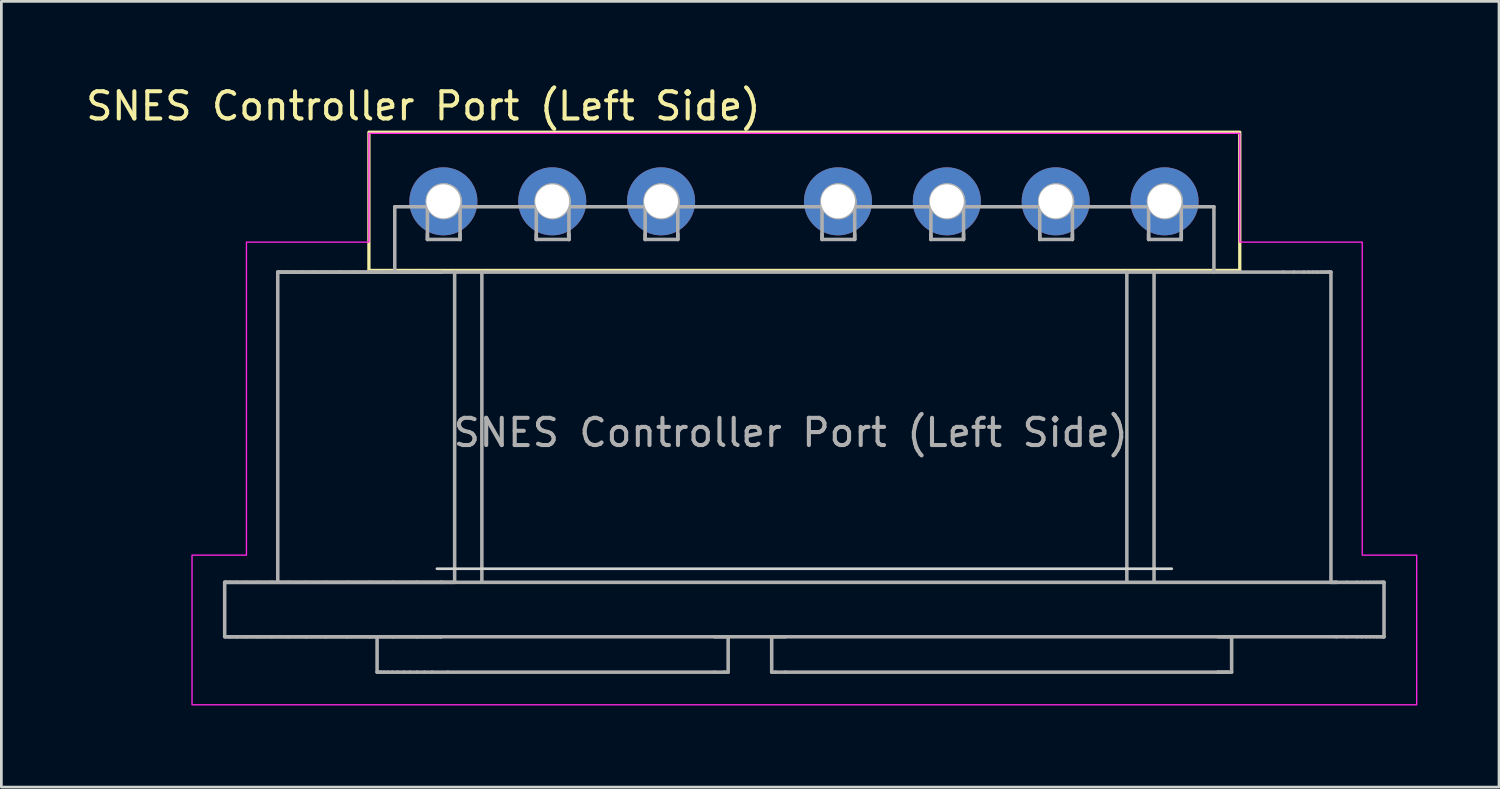
<source format=kicad_pcb>
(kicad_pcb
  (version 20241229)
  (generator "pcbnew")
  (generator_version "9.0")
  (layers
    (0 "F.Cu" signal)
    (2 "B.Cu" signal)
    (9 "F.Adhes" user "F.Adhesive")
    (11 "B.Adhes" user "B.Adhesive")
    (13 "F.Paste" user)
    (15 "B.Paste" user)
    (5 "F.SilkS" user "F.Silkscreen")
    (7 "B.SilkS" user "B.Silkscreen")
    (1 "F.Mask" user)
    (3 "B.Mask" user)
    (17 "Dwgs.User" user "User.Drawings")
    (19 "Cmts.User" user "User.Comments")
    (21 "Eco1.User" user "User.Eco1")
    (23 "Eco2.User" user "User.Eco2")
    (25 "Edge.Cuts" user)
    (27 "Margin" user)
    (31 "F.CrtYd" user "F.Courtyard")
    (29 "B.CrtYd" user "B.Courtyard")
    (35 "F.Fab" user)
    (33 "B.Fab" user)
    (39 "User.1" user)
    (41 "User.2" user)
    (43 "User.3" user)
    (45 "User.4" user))
  (footprint "SNES Controller Port (Left Side)"
    (layer "F.Cu")
    (at 24.506 4.348)
    (property "Reference" "SNES Controller Port (Left Side)" (at -12 -3.5 0) (unlocked yes) (layer "F.SilkS") (effects (font (size 1 1) (thickness 0.15))))
    (attr through_hole exclude_from_pos_files)
    (fp_rect (start 18 -2.54) (end -14 2.54) (stroke (width 0.12) (type default)) (fill no) (layer "F.SilkS"))
    (fp_line (start 15.5 13.5) (end -11.5 13.5) (stroke (width 0.1) (type default)) (layer "Edge.Cuts"))
    (fp_poly (pts (xy -14 -2.5) (xy -14 1.5) (xy -18.5 1.5) (xy -18.5 13) (xy -20.5 13) (xy -20.5 18.5) (xy 24.5 18.5) (xy 24.5 13) (xy 22.5 13) (xy 22.5 1.5) (xy 18 1.5) (xy 18 -2.5)) (stroke (width 0.05) (type solid)) (fill no) (layer "F.CrtYd"))
    (fp_line (start -19.3 16) (end -19.3 14) (stroke (width 0.13) (type default)) (layer "F.Fab"))
    (fp_line (start -19.25 14) (end -19.3 14) (stroke (width 0.13) (type default)) (layer "F.Fab"))
    (fp_line (start -17.35 14) (end -17.35 2.6) (stroke (width 0.13) (type default)) (layer "F.Fab"))
    (fp_line (start -17.312 2.6) (end -17.35 2.6) (stroke (width 0.13) (type default)) (layer "F.Fab"))
    (fp_line (start -13.7 17.3) (end -13.7 16) (stroke (width 0.13) (type default)) (layer "F.Fab"))
    (fp_line (start -13.05 0.2) (end -13.05 2.6) (stroke (width 0.13) (type default)) (layer "F.Fab"))
    (fp_line (start -13.05 2.6) (end -13.332 2.6) (stroke (width 0.13) (type default)) (layer "F.Fab"))
    (fp_line (start -11.85 0.2) (end -13.05 0.2) (stroke (width 0.13) (type default)) (layer "F.Fab"))
    (fp_line (start -11.85 0.2) (end -11.85 1.4) (stroke (width 0.13) (type default)) (layer "F.Fab"))
    (fp_line (start -11.85 1.4) (end -11.85 1.2) (stroke (width 0.13) (type default)) (layer "F.Fab"))
    (fp_line (start -11.35 2.6) (end -10.85 2.6) (stroke (width 0.13) (type default)) (layer "F.Fab"))
    (fp_line (start -11.35 14) (end -10.85 14) (stroke (width 0.13) (type default)) (layer "F.Fab"))
    (fp_line (start -11.35 14) (end 21.55 14) (stroke (width 0.13) (type default)) (layer "F.Fab"))
    (fp_line (start -11.35 16) (end 21.55 16) (stroke (width 0.13) (type default)) (layer "F.Fab"))
    (fp_line (start -11.1 17.3) (end -1.3 17.3) (stroke (width 0.13) (type default)) (layer "F.Fab"))
    (fp_line (start -10.85 2.6) (end -10.85 14) (stroke (width 0.13) (type default)) (layer "F.Fab"))
    (fp_line (start -10.65 0.2) (end -10.65 0) (stroke (width 0.13) (type default)) (layer "F.Fab"))
    (fp_line (start -10.65 0.2) (end -10.65 1.4) (stroke (width 0.13) (type default)) (layer "F.Fab"))
    (fp_line (start -10.65 1.4) (end -11.85 1.4) (stroke (width 0.13) (type default)) (layer "F.Fab"))
    (fp_line (start -10.65 1.4) (end -10.65 1.2) (stroke (width 0.13) (type default)) (layer "F.Fab"))
    (fp_line (start -9.85 2.6) (end -10.85 2.6) (stroke (width 0.13) (type default)) (layer "F.Fab"))
    (fp_line (start -9.85 2.6) (end -9.85 14) (stroke (width 0.13) (type default)) (layer "F.Fab"))
    (fp_line (start -9.85 2.6) (end 13.85 2.6) (stroke (width 0.13) (type default)) (layer "F.Fab"))
    (fp_line (start -7.85 0.2) (end -10.65 0.2) (stroke (width 0.13) (type default)) (layer "F.Fab"))
    (fp_line (start -7.85 0.2) (end -7.85 1.4) (stroke (width 0.13) (type default)) (layer "F.Fab"))
    (fp_line (start -7.85 1.4) (end -7.85 1.2) (stroke (width 0.13) (type default)) (layer "F.Fab"))
    (fp_line (start -6.65 0.2) (end -6.65 0) (stroke (width 0.13) (type default)) (layer "F.Fab"))
    (fp_line (start -6.65 0.2) (end -6.65 1.4) (stroke (width 0.13) (type default)) (layer "F.Fab"))
    (fp_line (start -6.65 1.4) (end -7.85 1.4) (stroke (width 0.13) (type default)) (layer "F.Fab"))
    (fp_line (start -6.65 1.4) (end -6.665 1.2) (stroke (width 0.13) (type default)) (layer "F.Fab"))
    (fp_line (start -6.65 1.4) (end -6.65 1.2) (stroke (width 0.13) (type default)) (layer "F.Fab"))
    (fp_line (start -3.85 0.2) (end -6.65 0.2) (stroke (width 0.13) (type default)) (layer "F.Fab"))
    (fp_line (start -3.85 0.2) (end -3.85 1.4) (stroke (width 0.13) (type default)) (layer "F.Fab"))
    (fp_line (start -3.85 1.4) (end -3.85 1.2) (stroke (width 0.13) (type default)) (layer "F.Fab"))
    (fp_line (start -2.65 0.2) (end -2.65 0) (stroke (width 0.13) (type default)) (layer "F.Fab"))
    (fp_line (start -2.65 0.2) (end -2.65 1.4) (stroke (width 0.13) (type default)) (layer "F.Fab"))
    (fp_line (start -2.65 1.4) (end -3.85 1.4) (stroke (width 0.13) (type default)) (layer "F.Fab"))
    (fp_line (start -2.65 1.4) (end -2.65 1.2) (stroke (width 0.13) (type default)) (layer "F.Fab"))
    (fp_line (start -0.8 16) (end -1.3 16) (stroke (width 0.13) (type default)) (layer "F.Fab"))
    (fp_line (start -0.8 16) (end -0.8 17.3) (stroke (width 0.13) (type default)) (layer "F.Fab"))
    (fp_line (start 0.8 16) (end 0.8 17.3) (stroke (width 0.13) (type default)) (layer "F.Fab"))
    (fp_line (start 0.8 16) (end 1.3 16) (stroke (width 0.13) (type default)) (layer "F.Fab"))
    (fp_line (start 1.3 17.3) (end 17.2 17.3) (stroke (width 0.13) (type default)) (layer "F.Fab"))
    (fp_line (start 2.65 0.2) (end -2.65 0.2) (stroke (width 0.13) (type default)) (layer "F.Fab"))
    (fp_line (start 2.65 0.2) (end 2.65 1.4) (stroke (width 0.13) (type default)) (layer "F.Fab"))
    (fp_line (start 2.65 1.4) (end 2.65 1.2) (stroke (width 0.13) (type default)) (layer "F.Fab"))
    (fp_line (start 3.85 0.2) (end 3.85 0) (stroke (width 0.13) (type default)) (layer "F.Fab"))
    (fp_line (start 3.85 0.2) (end 3.85 1.4) (stroke (width 0.13) (type default)) (layer "F.Fab"))
    (fp_line (start 3.85 1.4) (end 2.65 1.4) (stroke (width 0.13) (type default)) (layer "F.Fab"))
    (fp_line (start 3.85 1.4) (end 3.85 1.2) (stroke (width 0.13) (type default)) (layer "F.Fab"))
    (fp_line (start 6.65 0.2) (end 3.85 0.2) (stroke (width 0.13) (type default)) (layer "F.Fab"))
    (fp_line (start 6.65 0.2) (end 6.65 1.4) (stroke (width 0.13) (type default)) (layer "F.Fab"))
    (fp_line (start 6.65 1.4) (end 6.65 1.2) (stroke (width 0.13) (type default)) (layer "F.Fab"))
    (fp_line (start 7.85 0.2) (end 7.85 0) (stroke (width 0.13) (type default)) (layer "F.Fab"))
    (fp_line (start 7.85 0.2) (end 7.85 1.4) (stroke (width 0.13) (type default)) (layer "F.Fab"))
    (fp_line (start 7.85 1.4) (end 6.65 1.4) (stroke (width 0.13) (type default)) (layer "F.Fab"))
    (fp_line (start 7.85 1.4) (end 7.85 1.2) (stroke (width 0.13) (type default)) (layer "F.Fab"))
    (fp_line (start 10.65 0.2) (end 7.85 0.2) (stroke (width 0.13) (type default)) (layer "F.Fab"))
    (fp_line (start 10.65 0.2) (end 10.65 1.4) (stroke (width 0.13) (type default)) (layer "F.Fab"))
    (fp_line (start 10.65 1.4) (end 10.65 1.2) (stroke (width 0.13) (type default)) (layer "F.Fab"))
    (fp_line (start 11.85 0) (end 11.85 1.4) (stroke (width 0.13) (type default)) (layer "F.Fab"))
    (fp_line (start 11.85 1.4) (end 10.65 1.4) (stroke (width 0.13) (type default)) (layer "F.Fab"))
    (fp_line (start 11.85 1.4) (end 11.85 1.2) (stroke (width 0.13) (type default)) (layer "F.Fab"))
    (fp_line (start 13.85 2.6) (end 13.85 14) (stroke (width 0.13) (type default)) (layer "F.Fab"))
    (fp_line (start 14.65 0.2) (end 11.85 0.2) (stroke (width 0.13) (type default)) (layer "F.Fab"))
    (fp_line (start 14.65 0.2) (end 14.65 1.4) (stroke (width 0.13) (type default)) (layer "F.Fab"))
    (fp_line (start 14.65 1.4) (end 14.65 1.2) (stroke (width 0.13) (type default)) (layer "F.Fab"))
    (fp_line (start 14.85 2.6) (end 13.85 2.6) (stroke (width 0.13) (type default)) (layer "F.Fab"))
    (fp_line (start 14.85 2.6) (end 14.85 14) (stroke (width 0.13) (type default)) (layer "F.Fab"))
    (fp_line (start 14.85 2.6) (end 19.6 2.6) (stroke (width 0.13) (type default)) (layer "F.Fab"))
    (fp_line (start 15.85 0.2) (end 15.85 0) (stroke (width 0.13) (type default)) (layer "F.Fab"))
    (fp_line (start 15.85 0.2) (end 15.85 1.4) (stroke (width 0.13) (type default)) (layer "F.Fab"))
    (fp_line (start 15.85 1.4) (end 14.65 1.4) (stroke (width 0.13) (type default)) (layer "F.Fab"))
    (fp_line (start 15.85 1.4) (end 15.85 1.2) (stroke (width 0.13) (type default)) (layer "F.Fab"))
    (fp_line (start 17.05 0.2) (end 15.85 0.2) (stroke (width 0.13) (type default)) (layer "F.Fab"))
    (fp_line (start 17.05 0.2) (end 17.05 2.6) (stroke (width 0.13) (type default)) (layer "F.Fab"))
    (fp_line (start 17.2 17.3) (end 17.554 17.3) (stroke (width 0.13) (type default)) (layer "F.Fab"))
    (fp_line (start 17.7 16) (end 17.2 16) (stroke (width 0.13) (type default)) (layer "F.Fab"))
    (fp_line (start 17.7 16) (end 17.7 17.3) (stroke (width 0.13) (type default)) (layer "F.Fab"))
    (fp_line (start 21.35 2.6) (end 21.35 14) (stroke (width 0.13) (type default)) (layer "F.Fab"))
    (fp_line (start 21.35 14) (end 21.55 14) (stroke (width 0.13) (type default)) (layer "F.Fab"))
    (fp_line (start 23.3 14) (end 23.3 16) (stroke (width 0.13) (type default)) (layer "F.Fab"))
    (fp_arc (start -11.85 0) (mid -11.25 -0.6) (end -10.65 0) (stroke (width 0.13) (type default)) (layer "F.Fab"))
    (fp_arc (start -7.85 0) (mid -7.25 -0.6) (end -6.65 0) (stroke (width 0.13) (type default)) (layer "F.Fab"))
    (fp_arc (start -3.85 0) (mid -3.25 -0.6) (end -2.65 0) (stroke (width 0.13) (type default)) (layer "F.Fab"))
    (fp_arc (start 2.65 0) (mid 3.25 -0.6) (end 3.85 0) (stroke (width 0.13) (type default)) (layer "F.Fab"))
    (fp_arc (start 6.65 0) (mid 7.25 -0.6) (end 7.85 0) (stroke (width 0.13) (type default)) (layer "F.Fab"))
    (fp_arc (start 10.65 0) (mid 11.25 -0.6) (end 11.85 0) (stroke (width 0.13) (type default)) (layer "F.Fab"))
    (fp_arc (start 14.65 0) (mid 15.25 -0.6) (end 15.85 0) (stroke (width 0.13) (type default)) (layer "F.Fab"))
    (fp_circle (center -11.25 0) (end -10.65 0) (stroke (width 0.13) (type default)) (fill no) (layer "F.Fab"))
    (fp_circle (center -7.25 0) (end -6.65 0) (stroke (width 0.13) (type default)) (fill no) (layer "F.Fab"))
    (fp_circle (center -3.25 0) (end -2.65 0) (stroke (width 0.13) (type default)) (fill no) (layer "F.Fab"))
    (fp_circle (center 3.25 0) (end 3.85 0) (stroke (width 0.13) (type default)) (fill no) (layer "F.Fab"))
    (fp_circle (center 7.25 0) (end 7.85 0) (stroke (width 0.13) (type default)) (fill no) (layer "F.Fab"))
    (fp_circle (center 11.25 0) (end 11.85 0) (stroke (width 0.13) (type default)) (fill no) (layer "F.Fab"))
    (fp_circle (center 15.25 0) (end 15.85 0) (stroke (width 0.13) (type default)) (fill no) (layer "F.Fab"))
    (fp_curve (pts (xy -19.3 14) (xy -19.25 14) (xy -19.25 14) (xy -19.101 14)) (stroke (width 0.13) (type default)) (layer "F.Fab"))
    (fp_curve (pts (xy -19.3 16) (xy -19.25 16) (xy -19.25 16) (xy -19.101 16)) (stroke (width 0.13) (type default)) (layer "F.Fab"))
    (fp_curve (pts (xy -19.25 14) (xy -19.101 14) (xy -19.101 14) (xy -18.854 14)) (stroke (width 0.13) (type default)) (layer "F.Fab"))
    (fp_curve (pts (xy -19.25 16) (xy -19.101 16) (xy -19.101 16) (xy -18.854 16)) (stroke (width 0.13) (type default)) (layer "F.Fab"))
    (fp_curve (pts (xy -19.101 14) (xy -18.854 14) (xy -18.854 14) (xy -18.513 14)) (stroke (width 0.13) (type default)) (layer "F.Fab"))
    (fp_curve (pts (xy -19.101 16) (xy -18.854 16) (xy -18.854 16) (xy -18.513 16)) (stroke (width 0.13) (type default)) (layer "F.Fab"))
    (fp_curve (pts (xy -18.854 14) (xy -18.513 14) (xy -18.513 14) (xy -18.081 14)) (stroke (width 0.13) (type default)) (layer "F.Fab"))
    (fp_curve (pts (xy -18.854 16) (xy -18.513 16) (xy -18.513 16) (xy -18.081 16)) (stroke (width 0.13) (type default)) (layer "F.Fab"))
    (fp_curve (pts (xy -18.513 14) (xy -18.081 14) (xy -18.081 14) (xy -17.566 14)) (stroke (width 0.13) (type default)) (layer "F.Fab"))
    (fp_curve (pts (xy -18.513 16) (xy -18.081 16) (xy -18.081 16) (xy -17.566 16)) (stroke (width 0.13) (type default)) (layer "F.Fab"))
    (fp_curve (pts (xy -18.081 14) (xy -17.566 14) (xy -17.566 14) (xy -16.971 14)) (stroke (width 0.13) (type default)) (layer "F.Fab"))
    (fp_curve (pts (xy -18.081 16) (xy -17.566 16) (xy -17.566 16) (xy -16.971 16)) (stroke (width 0.13) (type default)) (layer "F.Fab"))
    (fp_curve (pts (xy -17.566 14) (xy -16.971 14) (xy -16.971 14) (xy -16.307 14)) (stroke (width 0.13) (type default)) (layer "F.Fab"))
    (fp_curve (pts (xy -17.566 16) (xy -16.971 16) (xy -16.971 16) (xy -16.307 16)) (stroke (width 0.13) (type default)) (layer "F.Fab"))
    (fp_curve (pts (xy -17.35 2.6) (xy -17.312 2.6) (xy -17.312 2.6) (xy -17.2 2.6)) (stroke (width 0.13) (type default)) (layer "F.Fab"))
    (fp_curve (pts (xy -17.312 2.6) (xy -17.2 2.6) (xy -17.2 2.6) (xy -17.013 2.6)) (stroke (width 0.13) (type default)) (layer "F.Fab"))
    (fp_curve (pts (xy -17.2 2.6) (xy -17.013 2.6) (xy -17.013 2.6) (xy -16.756 2.6)) (stroke (width 0.13) (type default)) (layer "F.Fab"))
    (fp_curve (pts (xy -17.013 2.6) (xy -16.756 2.6) (xy -16.756 2.6) (xy -16.43 2.6)) (stroke (width 0.13) (type default)) (layer "F.Fab"))
    (fp_curve (pts (xy -16.971 14) (xy -16.307 14) (xy -16.307 14) (xy -15.58 14)) (stroke (width 0.13) (type default)) (layer "F.Fab"))
    (fp_curve (pts (xy -16.971 16) (xy -16.307 16) (xy -16.307 16) (xy -15.58 16)) (stroke (width 0.13) (type default)) (layer "F.Fab"))
    (fp_curve (pts (xy -16.756 2.6) (xy -16.43 2.6) (xy -16.43 2.6) (xy -16.041 2.6)) (stroke (width 0.13) (type default)) (layer "F.Fab"))
    (fp_curve (pts (xy -16.43 2.6) (xy -16.041 2.6) (xy -16.041 2.6) (xy -15.593 2.6)) (stroke (width 0.13) (type default)) (layer "F.Fab"))
    (fp_curve (pts (xy -16.307 14) (xy -15.58 14) (xy -15.58 14) (xy -14.799 14)) (stroke (width 0.13) (type default)) (layer "F.Fab"))
    (fp_curve (pts (xy -16.307 16) (xy -15.58 16) (xy -15.58 16) (xy -14.799 16)) (stroke (width 0.13) (type default)) (layer "F.Fab"))
    (fp_curve (pts (xy -16.041 2.6) (xy -15.593 2.6) (xy -15.593 2.6) (xy -15.091 2.6)) (stroke (width 0.13) (type default)) (layer "F.Fab"))
    (fp_curve (pts (xy -15.593 2.6) (xy -15.091 2.6) (xy -15.091 2.6) (xy -14.542 2.6)) (stroke (width 0.13) (type default)) (layer "F.Fab"))
    (fp_curve (pts (xy -15.58 14) (xy -14.799 14) (xy -14.799 14) (xy -13.976 14)) (stroke (width 0.13) (type default)) (layer "F.Fab"))
    (fp_curve (pts (xy -15.58 16) (xy -14.799 16) (xy -14.799 16) (xy -13.976 16)) (stroke (width 0.13) (type default)) (layer "F.Fab"))
    (fp_curve (pts (xy -15.091 2.6) (xy -14.542 2.6) (xy -14.542 2.6) (xy -13.953 2.6)) (stroke (width 0.13) (type default)) (layer "F.Fab"))
    (fp_curve (pts (xy -14.799 14) (xy -13.976 14) (xy -13.976 14) (xy -13.119 14)) (stroke (width 0.13) (type default)) (layer "F.Fab"))
    (fp_curve (pts (xy -14.799 16) (xy -13.976 16) (xy -13.976 16) (xy -13.119 16)) (stroke (width 0.13) (type default)) (layer "F.Fab"))
    (fp_curve (pts (xy -14.542 2.6) (xy -13.953 2.6) (xy -13.953 2.6) (xy -13.332 2.6)) (stroke (width 0.13) (type default)) (layer "F.Fab"))
    (fp_curve (pts (xy -13.976 14) (xy -13.119 14) (xy -13.119 14) (xy -12.24 14)) (stroke (width 0.13) (type default)) (layer "F.Fab"))
    (fp_curve (pts (xy -13.976 16) (xy -13.119 16) (xy -13.119 16) (xy -12.24 16)) (stroke (width 0.13) (type default)) (layer "F.Fab"))
    (fp_curve (pts (xy -13.953 2.6) (xy -13.332 2.6) (xy -13.332 2.6) (xy -12.685 2.6)) (stroke (width 0.13) (type default)) (layer "F.Fab"))
    (fp_curve (pts (xy -13.7 17.3) (xy -13.692 17.3) (xy -13.684 17.3) (xy -13.684 17.3)) (stroke (width 0.13) (type default)) (layer "F.Fab"))
    (fp_curve (pts (xy -13.684 17.3) (xy -13.659 17.3) (xy -13.635 17.3) (xy -13.635 17.3)) (stroke (width 0.13) (type default)) (layer "F.Fab"))
    (fp_curve (pts (xy -13.635 17.3) (xy -13.594 17.3) (xy -13.554 17.3) (xy -13.554 17.3)) (stroke (width 0.13) (type default)) (layer "F.Fab"))
    (fp_curve (pts (xy -13.554 17.3) (xy -13.498 17.3) (xy -13.443 17.3) (xy -13.443 17.3)) (stroke (width 0.13) (type default)) (layer "F.Fab"))
    (fp_curve (pts (xy -13.443 17.3) (xy -13.372 17.3) (xy -13.301 17.3) (xy -13.301 17.3)) (stroke (width 0.13) (type default)) (layer "F.Fab"))
    (fp_curve (pts (xy -13.332 2.6) (xy -12.685 2.6) (xy -12.685 2.6) (xy -12.022 2.6)) (stroke (width 0.13) (type default)) (layer "F.Fab"))
    (fp_curve (pts (xy -13.301 17.3) (xy -13.217 17.3) (xy -13.133 17.3) (xy -13.133 17.3)) (stroke (width 0.13) (type default)) (layer "F.Fab"))
    (fp_curve (pts (xy -13.133 17.3) (xy -13.036 17.3) (xy -12.938 17.3) (xy -12.938 17.3)) (stroke (width 0.13) (type default)) (layer "F.Fab"))
    (fp_curve (pts (xy -13.119 14) (xy -12.24 14) (xy -12.24 14) (xy -11.35 14)) (stroke (width 0.13) (type default)) (layer "F.Fab"))
    (fp_curve (pts (xy -13.119 16) (xy -12.24 16) (xy -12.24 16) (xy -11.35 16)) (stroke (width 0.13) (type default)) (layer "F.Fab"))
    (fp_curve (pts (xy -12.938 17.3) (xy -12.83 17.3) (xy -12.721 17.3) (xy -12.721 17.3)) (stroke (width 0.13) (type default)) (layer "F.Fab"))
    (fp_curve (pts (xy -12.721 17.3) (xy -12.602 17.3) (xy -12.483 17.3) (xy -12.483 17.3)) (stroke (width 0.13) (type default)) (layer "F.Fab"))
    (fp_curve (pts (xy -12.685 2.6) (xy -12.022 2.6) (xy -12.022 2.6) (xy -11.35 2.6)) (stroke (width 0.13) (type default)) (layer "F.Fab"))
    (fp_curve (pts (xy -12.483 17.3) (xy -12.356 17.3) (xy -12.228 17.3) (xy -12.228 17.3)) (stroke (width 0.13) (type default)) (layer "F.Fab"))
    (fp_curve (pts (xy -12.24 14) (xy -11.35 14) (xy -11.35 14) (xy -11.35 14)) (stroke (width 0.13) (type default)) (layer "F.Fab"))
    (fp_curve (pts (xy -12.24 16) (xy -11.35 16) (xy -11.35 16) (xy -11.35 16)) (stroke (width 0.13) (type default)) (layer "F.Fab"))
    (fp_curve (pts (xy -12.228 17.3) (xy -12.093 17.3) (xy -11.959 17.3) (xy -11.959 17.3)) (stroke (width 0.13) (type default)) (layer "F.Fab"))
    (fp_curve (pts (xy -12.022 2.6) (xy -11.35 2.6) (xy -11.35 2.6) (xy -11.35 2.6)) (stroke (width 0.13) (type default)) (layer "F.Fab"))
    (fp_curve (pts (xy -11.959 17.3) (xy -11.819 17.3) (xy -11.679 17.3) (xy -11.679 17.3)) (stroke (width 0.13) (type default)) (layer "F.Fab"))
    (fp_curve (pts (xy -11.85 0.2) (xy -11.85 0.002) (xy -11.85 0) (xy -11.85 0)) (stroke (width 0.13) (type default)) (layer "F.Fab"))
    (fp_curve (pts (xy -11.679 17.3) (xy -11.392 17.3) (xy -11.1 17.3) (xy -11.1 17.3)) (stroke (width 0.13) (type default)) (layer "F.Fab"))
    (fp_curve (pts (xy -10.65 0.2) (xy -10.65 0.003) (xy -10.65 0) (xy -10.65 0)) (stroke (width 0.13) (type default)) (layer "F.Fab"))
    (fp_curve (pts (xy -7.85 0.2) (xy -7.85 0.002) (xy -7.85 0) (xy -7.85 0)) (stroke (width 0.13) (type default)) (layer "F.Fab"))
    (fp_curve (pts (xy -6.65 0.2) (xy -6.65 0.003) (xy -6.65 0) (xy -6.65 0)) (stroke (width 0.13) (type default)) (layer "F.Fab"))
    (fp_curve (pts (xy -3.85 0.2) (xy -3.85 0.002) (xy -3.85 0) (xy -3.85 0)) (stroke (width 0.13) (type default)) (layer "F.Fab"))
    (fp_curve (pts (xy -2.65 0.2) (xy -2.65 0.003) (xy -2.65 0) (xy -2.65 0)) (stroke (width 0.13) (type default)) (layer "F.Fab"))
    (fp_curve (pts (xy -1.3 17.3) (xy -1.169 17.3) (xy -1.04 17.3) (xy -0.946 17.3)) (stroke (width 0.13) (type default)) (layer "F.Fab"))
    (fp_curve (pts (xy -0.946 17.3) (xy -0.854 17.3) (xy -0.8 17.3) (xy -0.8 17.3)) (stroke (width 0.13) (type default)) (layer "F.Fab"))
    (fp_curve (pts (xy 0.8 17.3) (xy 0.8 17.3) (xy 0.854 17.3) (xy 0.946 17.3)) (stroke (width 0.13) (type default)) (layer "F.Fab"))
    (fp_curve (pts (xy 0.946 17.3) (xy 1.04 17.3) (xy 1.169 17.3) (xy 1.3 17.3)) (stroke (width 0.13) (type default)) (layer "F.Fab"))
    (fp_curve (pts (xy 2.65 0.2) (xy 2.65 0.002) (xy 2.65 0) (xy 2.65 0)) (stroke (width 0.13) (type default)) (layer "F.Fab"))
    (fp_curve (pts (xy 3.85 0.2) (xy 3.85 0.003) (xy 3.85 0) (xy 3.85 0)) (stroke (width 0.13) (type default)) (layer "F.Fab"))
    (fp_curve (pts (xy 6.65 0.2) (xy 6.65 0.002) (xy 6.65 0) (xy 6.65 0)) (stroke (width 0.13) (type default)) (layer "F.Fab"))
    (fp_curve (pts (xy 7.85 0.2) (xy 7.85 0.003) (xy 7.85 0) (xy 7.85 0)) (stroke (width 0.13) (type default)) (layer "F.Fab"))
    (fp_curve (pts (xy 10.65 0.2) (xy 10.65 0.002) (xy 10.65 0) (xy 10.65 0)) (stroke (width 0.13) (type default)) (layer "F.Fab"))
    (fp_curve (pts (xy 11.85 0.2) (xy 11.85 0.003) (xy 11.85 0) (xy 11.85 0)) (stroke (width 0.13) (type default)) (layer "F.Fab"))
    (fp_curve (pts (xy 14.65 0.2) (xy 14.65 0.002) (xy 14.65 0) (xy 14.65 0)) (stroke (width 0.13) (type default)) (layer "F.Fab"))
    (fp_curve (pts (xy 15.85 0.2) (xy 15.85 0.003) (xy 15.85 0) (xy 15.85 0)) (stroke (width 0.13) (type default)) (layer "F.Fab"))
    (fp_curve (pts (xy 17.2 17.3) (xy 17.331 17.3) (xy 17.46 17.3) (xy 17.554 17.3)) (stroke (width 0.13) (type default)) (layer "F.Fab"))
    (fp_curve (pts (xy 17.554 17.3) (xy 17.646 17.3) (xy 17.7 17.3) (xy 17.7 17.3)) (stroke (width 0.13) (type default)) (layer "F.Fab"))
    (fp_curve (pts (xy 19.6 2.6) (xy 19.797 2.6) (xy 19.989 2.6) (xy 19.989 2.6)) (stroke (width 0.13) (type default)) (layer "F.Fab"))
    (fp_curve (pts (xy 19.989 2.6) (xy 20.18 2.6) (xy 20.359 2.6) (xy 20.359 2.6)) (stroke (width 0.13) (type default)) (layer "F.Fab"))
    (fp_curve (pts (xy 20.359 2.6) (xy 20.445 2.6) (xy 20.531 2.6) (xy 20.531 2.6)) (stroke (width 0.13) (type default)) (layer "F.Fab"))
    (fp_curve (pts (xy 20.531 2.6) (xy 20.611 2.6) (xy 20.691 2.6) (xy 20.691 2.6)) (stroke (width 0.13) (type default)) (layer "F.Fab"))
    (fp_curve (pts (xy 20.691 2.6) (xy 20.764 2.6) (xy 20.837 2.6) (xy 20.837 2.6)) (stroke (width 0.13) (type default)) (layer "F.Fab"))
    (fp_curve (pts (xy 20.837 2.6) (xy 20.903 2.6) (xy 20.968 2.6) (xy 20.968 2.6)) (stroke (width 0.13) (type default)) (layer "F.Fab"))
    (fp_curve (pts (xy 20.968 2.6) (xy 21.025 2.6) (xy 21.082 2.6) (xy 21.082 2.6)) (stroke (width 0.13) (type default)) (layer "F.Fab"))
    (fp_curve (pts (xy 21.082 2.6) (xy 21.129 2.6) (xy 21.177 2.6) (xy 21.177 2.6)) (stroke (width 0.13) (type default)) (layer "F.Fab"))
    (fp_curve (pts (xy 21.177 2.6) (xy 21.214 2.6) (xy 21.252 2.6) (xy 21.252 2.6)) (stroke (width 0.13) (type default)) (layer "F.Fab"))
    (fp_curve (pts (xy 21.252 2.6) (xy 21.279 2.6) (xy 21.306 2.6) (xy 21.306 2.6)) (stroke (width 0.13) (type default)) (layer "F.Fab"))
    (fp_curve (pts (xy 21.306 2.6) (xy 21.323 2.6) (xy 21.339 2.6) (xy 21.339 2.6)) (stroke (width 0.13) (type default)) (layer "F.Fab"))
    (fp_curve (pts (xy 21.339 2.6) (xy 21.344 2.6) (xy 21.35 2.6) (xy 21.35 2.6)) (stroke (width 0.13) (type default)) (layer "F.Fab"))
    (fp_curve (pts (xy 21.55 14) (xy 21.747 14) (xy 21.939 14) (xy 21.939 14)) (stroke (width 0.13) (type default)) (layer "F.Fab"))
    (fp_curve (pts (xy 21.55 16) (xy 21.747 16) (xy 21.939 16) (xy 21.939 16)) (stroke (width 0.13) (type default)) (layer "F.Fab"))
    (fp_curve (pts (xy 21.939 14) (xy 22.13 14) (xy 22.309 14) (xy 22.309 14)) (stroke (width 0.13) (type default)) (layer "F.Fab"))
    (fp_curve (pts (xy 21.939 16) (xy 22.13 16) (xy 22.309 16) (xy 22.309 16)) (stroke (width 0.13) (type default)) (layer "F.Fab"))
    (fp_curve (pts (xy 22.309 14) (xy 22.395 14) (xy 22.481 14) (xy 22.481 14)) (stroke (width 0.13) (type default)) (layer "F.Fab"))
    (fp_curve (pts (xy 22.309 16) (xy 22.395 16) (xy 22.481 16) (xy 22.481 16)) (stroke (width 0.13) (type default)) (layer "F.Fab"))
    (fp_curve (pts (xy 22.481 14) (xy 22.561 14) (xy 22.641 14) (xy 22.641 14)) (stroke (width 0.13) (type default)) (layer "F.Fab"))
    (fp_curve (pts (xy 22.481 16) (xy 22.561 16) (xy 22.641 16) (xy 22.641 16)) (stroke (width 0.13) (type default)) (layer "F.Fab"))
    (fp_curve (pts (xy 22.641 14) (xy 22.714 14) (xy 22.787 14) (xy 22.787 14)) (stroke (width 0.13) (type default)) (layer "F.Fab"))
    (fp_curve (pts (xy 22.641 16) (xy 22.714 16) (xy 22.787 16) (xy 22.787 16)) (stroke (width 0.13) (type default)) (layer "F.Fab"))
    (fp_curve (pts (xy 22.787 14) (xy 22.853 14) (xy 22.918 14) (xy 22.918 14)) (stroke (width 0.13) (type default)) (layer "F.Fab"))
    (fp_curve (pts (xy 22.787 16) (xy 22.853 16) (xy 22.918 16) (xy 22.918 16)) (stroke (width 0.13) (type default)) (layer "F.Fab"))
    (fp_curve (pts (xy 22.918 14) (xy 22.975 14) (xy 23.032 14) (xy 23.032 14)) (stroke (width 0.13) (type default)) (layer "F.Fab"))
    (fp_curve (pts (xy 22.918 16) (xy 22.975 16) (xy 23.032 16) (xy 23.032 16)) (stroke (width 0.13) (type default)) (layer "F.Fab"))
    (fp_curve (pts (xy 23.032 14) (xy 23.079 14) (xy 23.127 14) (xy 23.127 14)) (stroke (width 0.13) (type default)) (layer "F.Fab"))
    (fp_curve (pts (xy 23.032 16) (xy 23.079 16) (xy 23.127 16) (xy 23.127 16)) (stroke (width 0.13) (type default)) (layer "F.Fab"))
    (fp_curve (pts (xy 23.127 14) (xy 23.164 14) (xy 23.202 14) (xy 23.202 14)) (stroke (width 0.13) (type default)) (layer "F.Fab"))
    (fp_curve (pts (xy 23.127 16) (xy 23.164 16) (xy 23.202 16) (xy 23.202 16)) (stroke (width 0.13) (type default)) (layer "F.Fab"))
    (fp_curve (pts (xy 23.202 14) (xy 23.229 14) (xy 23.256 14) (xy 23.256 14)) (stroke (width 0.13) (type default)) (layer "F.Fab"))
    (fp_curve (pts (xy 23.202 16) (xy 23.229 16) (xy 23.256 16) (xy 23.256 16)) (stroke (width 0.13) (type default)) (layer "F.Fab"))
    (fp_curve (pts (xy 23.256 14) (xy 23.273 14) (xy 23.289 14) (xy 23.289 14)) (stroke (width 0.13) (type default)) (layer "F.Fab"))
    (fp_curve (pts (xy 23.256 16) (xy 23.273 16) (xy 23.289 16) (xy 23.289 16)) (stroke (width 0.13) (type default)) (layer "F.Fab"))
    (fp_curve (pts (xy 23.289 14) (xy 23.294 14) (xy 23.3 14) (xy 23.3 14)) (stroke (width 0.13) (type default)) (layer "F.Fab"))
    (fp_curve (pts (xy 23.289 16) (xy 23.294 16) (xy 23.3 16) (xy 23.3 16)) (stroke (width 0.13) (type default)) (layer "F.Fab"))
    (fp_text user "${REFERENCE}" (at 1.5 8.5 0) (unlocked yes) (layer "F.Fab") (effects (font (size 1 1) (thickness 0.15))))
    (pad "1" thru_hole circle (at 15.236 0) (size 2.5 2.5) (drill 1.25) (layers "*.Cu" "*.Mask"))
    (pad "2" thru_hole circle (at 11.236 0) (size 2.5 2.5) (drill 1.25) (layers "*.Cu" "*.Mask"))
    (pad "3" thru_hole circle (at 7.236 0) (size 2.5 2.5) (drill 1.25) (layers "*.Cu" "*.Mask"))
    (pad "4" thru_hole circle (at 3.236 0) (size 2.5 2.5) (drill 1.25) (layers "*.Cu" "*.Mask"))
    (pad "5" thru_hole circle (at -3.264 0) (size 2.5 2.5) (drill 1.25) (layers "*.Cu" "*.Mask"))
    (pad "6" thru_hole circle (at -7.264 0) (size 2.5 2.5) (drill 1.25) (layers "*.Cu" "*.Mask"))
    (pad "7" thru_hole circle (at -11.264 0) (size 2.5 2.5) (drill 1.25) (layers "*.Cu" "*.Mask")))
  (gr_rect
    (start -3 -3)
    (end 52.031 25.873)
    (stroke (width 0.1) (type default))
    (fill no)
    (layer "Edge.Cuts")))
</source>
